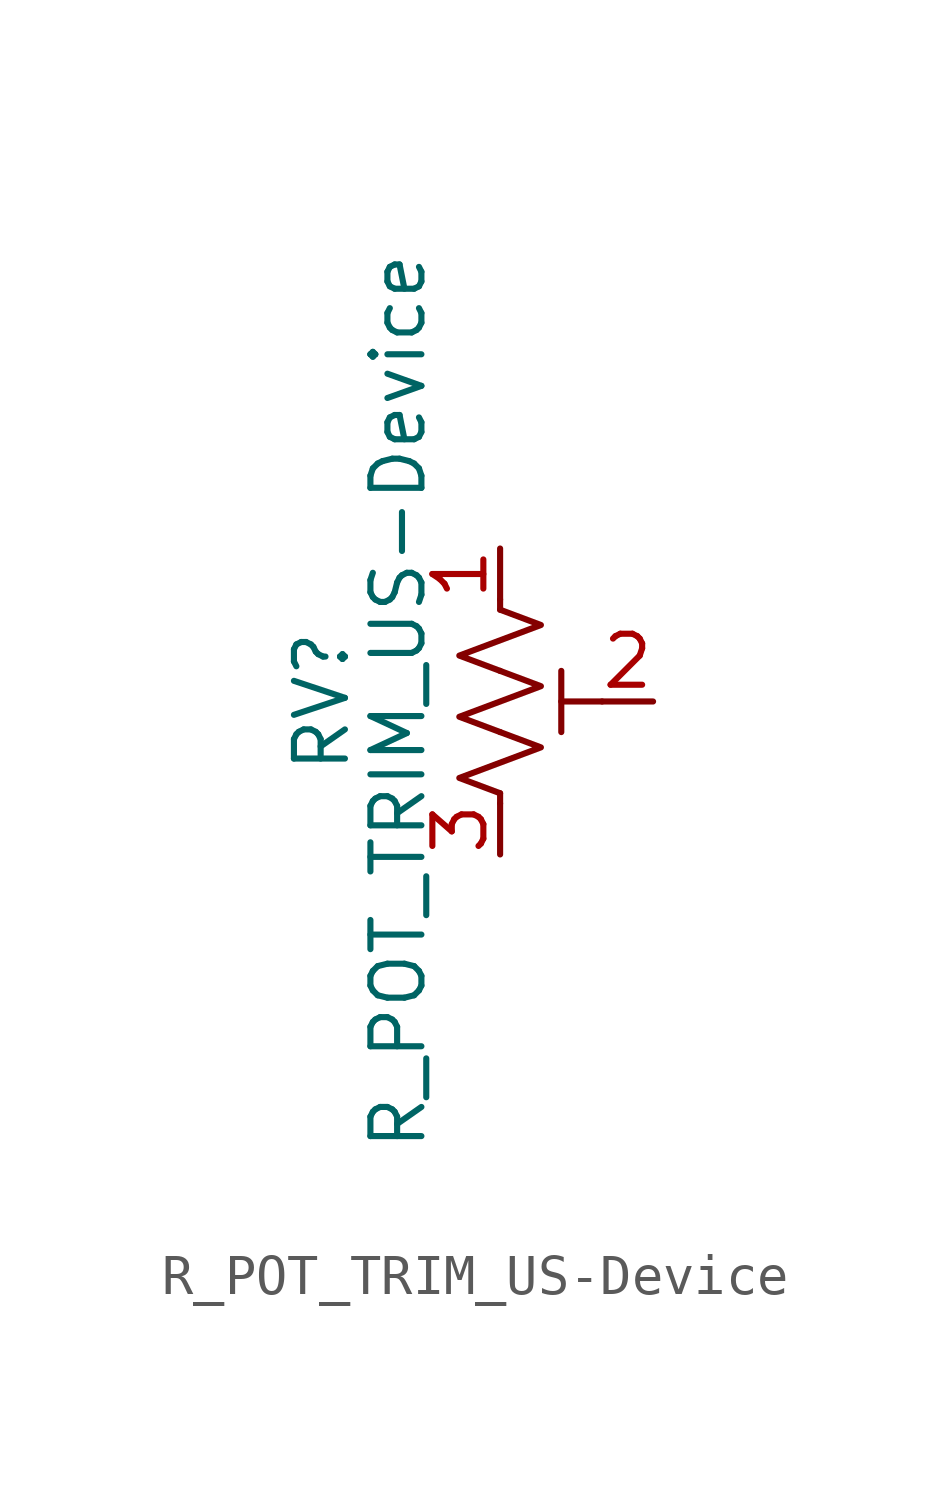
<source format=kicad_sym>
(kicad_symbol_lib
  (version 20231120)
  (generator "kicad_symbol_editor")
  (generator_version "8.0")
  (symbol "R_POT_TRIM_US-Device"
    (pin_names
      (offset 1.016) hide)
    (property "Reference" "RV"
      (at -4.445 0 90)
      (effects (font (size 1.27 1.27))))
    (property "Value" "R_POT_TRIM_US-Device"
      (at -2.54 0 90)
      (effects (font (size 1.27 1.27))))
    (symbol "R_POT_TRIM_US-Device_0_1"
      (polyline (pts (xy 0 -2.286) (xy 0 -2.54)) (stroke (width 0) (type solid)) (fill (type none)))
      (polyline (pts (xy 0 2.286) (xy 0 2.54)) (stroke (width 0) (type solid)) (fill (type none)))
      (polyline (pts (xy 1.524 0.762) (xy 1.524 -0.762)) (stroke (width 0) (type solid)) (fill (type none)))
      (polyline (pts (xy 2.54 0) (xy 1.524 0)) (stroke (width 0) (type solid)) (fill (type none)))
      (polyline (pts (xy 0 -0.762) (xy 1.016 -1.143) (xy 0 -1.524) (xy -1.016 -1.905) (xy 0 -2.286)) (stroke (width 0) (type solid)) (fill (type none)))
      (polyline (pts (xy 0 0.762) (xy 1.016 0.381) (xy 0 0) (xy -1.016 -0.381) (xy 0 -0.762)) (stroke (width 0) (type solid)) (fill (type none)))
      (polyline (pts (xy 0 2.286) (xy 1.016 1.905) (xy 0 1.524) (xy -1.016 1.143) (xy 0 0.762)) (stroke (width 0) (type solid)) (fill (type none))))
    (symbol "R_POT_TRIM_US-Device_1_1"
      (pin passive line (at 0 3.81 270) (length 1.27) (name "1" (effects (font (size 1.27 1.27)))) (number "1" (effects (font (size 1.27 1.27)))))
      (pin passive line (at 3.81 0 180) (length 1.27) (name "2" (effects (font (size 1.27 1.27)))) (number "2" (effects (font (size 1.27 1.27)))))
      (pin passive line (at 0 -3.81 90) (length 1.27) (name "3" (effects (font (size 1.27 1.27)))) (number "3" (effects (font (size 1.27 1.27))))))))
</source>
